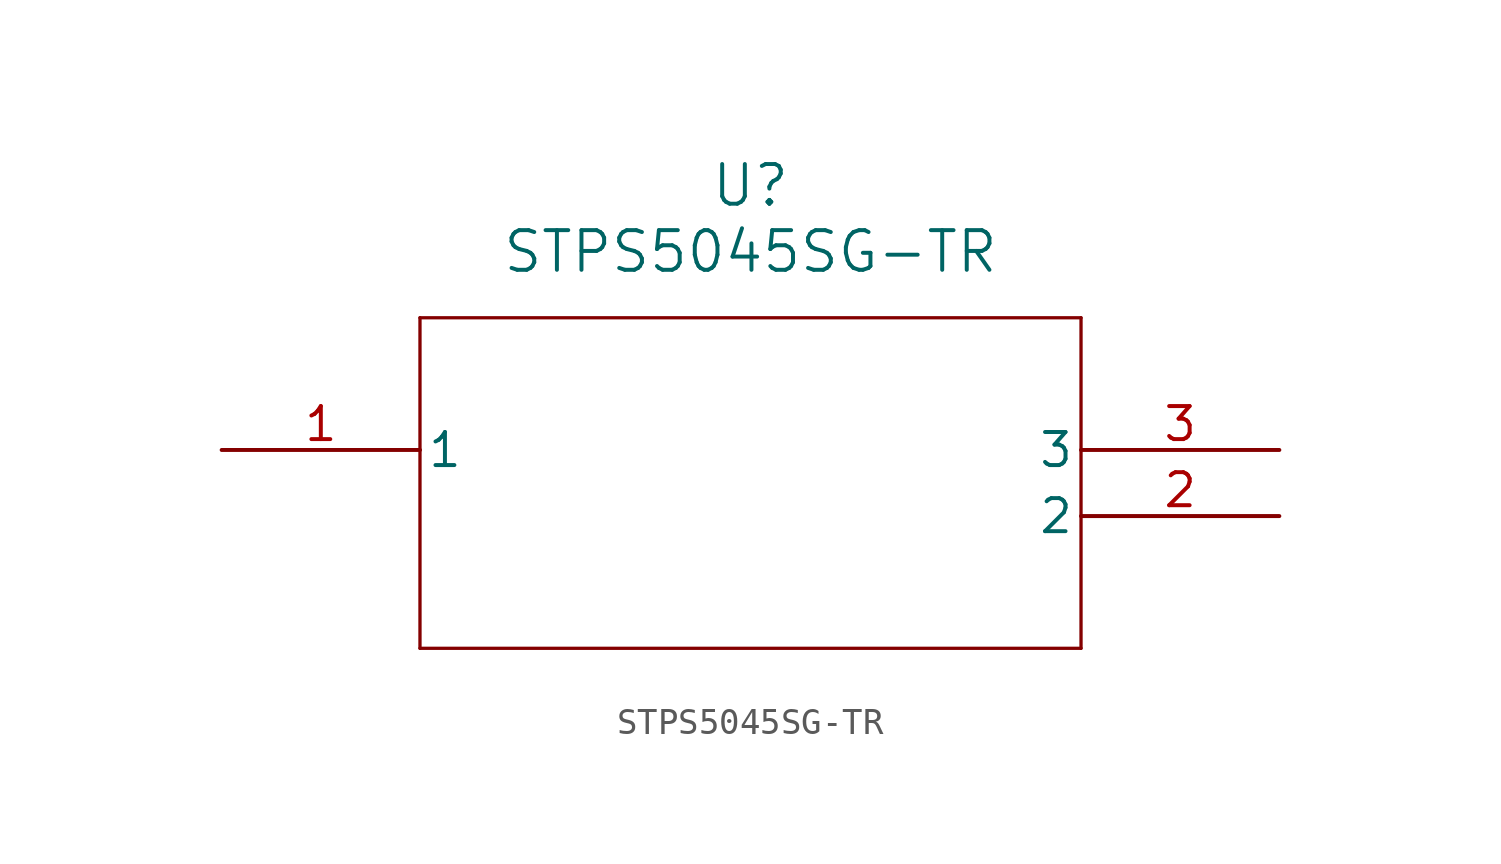
<source format=kicad_sym>
(kicad_symbol_lib
  (version 20211014)
  (generator kicad_symbol_editor)
  (symbol "STPS5045SG-TR"
    (pin_names
      (offset 0.254))
    (property "Reference" "U"
      (at 20.32 10.16 0)
      (effects (font (size 1.524 1.524))))
    (property "Value" "STPS5045SG-TR"
      (at 20.32 7.62 0)
      (effects (font (size 1.524 1.524))))
    (symbol "STPS5045SG-TR_0_1"
      (polyline (pts (xy 7.62 5.08) (xy 7.62 -7.62)) (stroke (width 0.127) (type default) (color 0 0 0 0)) (fill (type none)))
      (polyline (pts (xy 7.62 -7.62) (xy 33.02 -7.62)) (stroke (width 0.127) (type default) (color 0 0 0 0)) (fill (type none)))
      (polyline (pts (xy 33.02 -7.62) (xy 33.02 5.08)) (stroke (width 0.127) (type default) (color 0 0 0 0)) (fill (type none)))
      (polyline (pts (xy 33.02 5.08) (xy 7.62 5.08)) (stroke (width 0.127) (type default) (color 0 0 0 0)) (fill (type none)))
      (pin unspecified line (at 0 0 0) (length 7.62) (name "1" (effects (font (size 1.27 1.27)))) (number "1" (effects (font (size 1.27 1.27)))))
      (pin unspecified line (at 40.64 -2.54 180) (length 7.62) (name "2" (effects (font (size 1.27 1.27)))) (number "2" (effects (font (size 1.27 1.27)))))
      (pin unspecified line (at 40.64 0 180) (length 7.62) (name "3" (effects (font (size 1.27 1.27)))) (number "3" (effects (font (size 1.27 1.27))))))))
</source>
